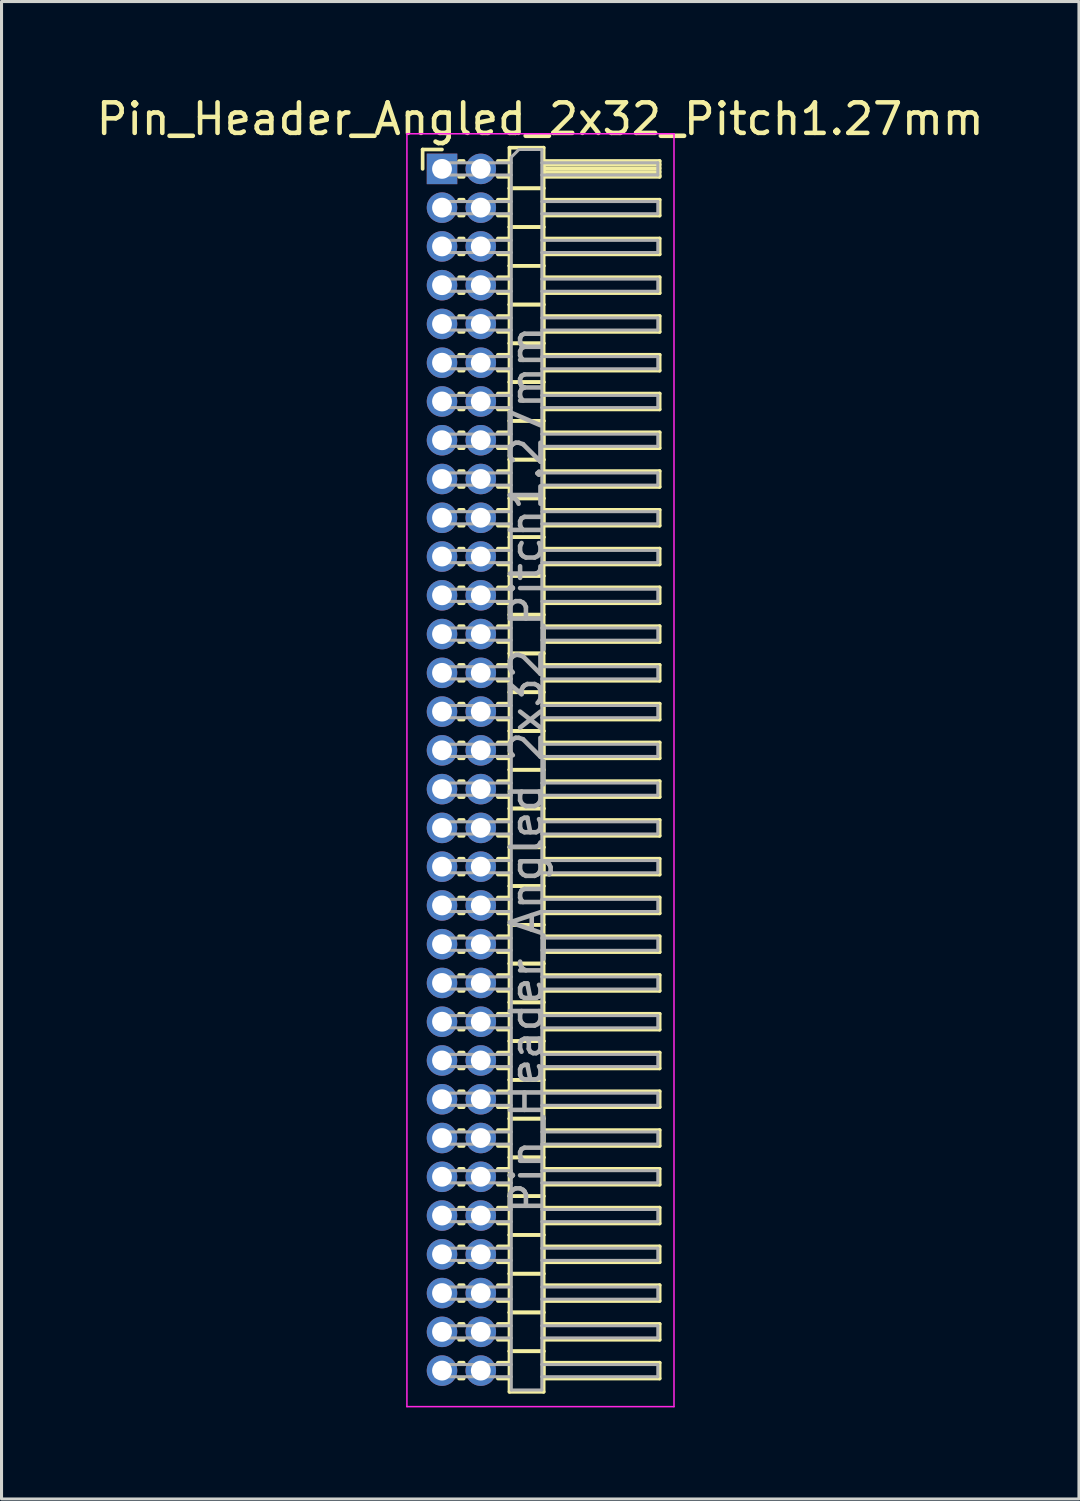
<source format=kicad_pcb>
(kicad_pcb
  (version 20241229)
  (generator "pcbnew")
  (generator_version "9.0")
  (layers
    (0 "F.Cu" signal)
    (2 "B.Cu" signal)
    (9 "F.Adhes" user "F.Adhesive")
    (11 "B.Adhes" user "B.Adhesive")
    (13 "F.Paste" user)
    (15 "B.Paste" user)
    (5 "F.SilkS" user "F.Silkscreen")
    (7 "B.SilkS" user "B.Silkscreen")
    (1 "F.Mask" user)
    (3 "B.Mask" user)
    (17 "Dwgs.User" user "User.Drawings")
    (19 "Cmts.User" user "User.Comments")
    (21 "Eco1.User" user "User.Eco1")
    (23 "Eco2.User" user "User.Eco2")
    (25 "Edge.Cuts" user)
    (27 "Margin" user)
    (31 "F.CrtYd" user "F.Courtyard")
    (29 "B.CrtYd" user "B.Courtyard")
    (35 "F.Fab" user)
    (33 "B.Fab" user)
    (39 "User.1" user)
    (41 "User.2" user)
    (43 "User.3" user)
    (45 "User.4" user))
  (footprint "Pin_Header_Angled_2x32_Pitch1.27mm"
    (layer "F.Cu")
    (at 11.431 2.483)
    (property "Reference" "Pin_Header_Angled_2x32_Pitch1.27mm" (at 3.217 -1.635 0) (layer "F.SilkS") (effects (font (size 1 1) (thickness 0.15))))
    (attr through_hole)
    (fp_line (start -0.635 -0.635) (end 0 -0.635) (stroke (width 0.12) (type solid)) (layer "F.SilkS"))
    (fp_line (start -0.635 0) (end -0.635 -0.635) (stroke (width 0.12) (type solid)) (layer "F.SilkS"))
    (fp_line (start 0.56 -0.26) (end 0.71 -0.26) (stroke (width 0.12) (type solid)) (layer "F.SilkS"))
    (fp_line (start 0.56 0.26) (end 0.71 0.26) (stroke (width 0.12) (type solid)) (layer "F.SilkS"))
    (fp_line (start 0.56 1.01) (end 0.71 1.01) (stroke (width 0.12) (type solid)) (layer "F.SilkS"))
    (fp_line (start 0.56 1.53) (end 0.71 1.53) (stroke (width 0.12) (type solid)) (layer "F.SilkS"))
    (fp_line (start 0.56 2.28) (end 0.71 2.28) (stroke (width 0.12) (type solid)) (layer "F.SilkS"))
    (fp_line (start 0.56 2.8) (end 0.71 2.8) (stroke (width 0.12) (type solid)) (layer "F.SilkS"))
    (fp_line (start 0.56 3.55) (end 0.71 3.55) (stroke (width 0.12) (type solid)) (layer "F.SilkS"))
    (fp_line (start 0.56 4.07) (end 0.71 4.07) (stroke (width 0.12) (type solid)) (layer "F.SilkS"))
    (fp_line (start 0.56 4.82) (end 0.71 4.82) (stroke (width 0.12) (type solid)) (layer "F.SilkS"))
    (fp_line (start 0.56 5.34) (end 0.71 5.34) (stroke (width 0.12) (type solid)) (layer "F.SilkS"))
    (fp_line (start 0.56 6.09) (end 0.71 6.09) (stroke (width 0.12) (type solid)) (layer "F.SilkS"))
    (fp_line (start 0.56 6.61) (end 0.71 6.61) (stroke (width 0.12) (type solid)) (layer "F.SilkS"))
    (fp_line (start 0.56 7.36) (end 0.71 7.36) (stroke (width 0.12) (type solid)) (layer "F.SilkS"))
    (fp_line (start 0.56 7.88) (end 0.71 7.88) (stroke (width 0.12) (type solid)) (layer "F.SilkS"))
    (fp_line (start 0.56 8.63) (end 0.71 8.63) (stroke (width 0.12) (type solid)) (layer "F.SilkS"))
    (fp_line (start 0.56 9.15) (end 0.71 9.15) (stroke (width 0.12) (type solid)) (layer "F.SilkS"))
    (fp_line (start 0.56 9.9) (end 0.71 9.9) (stroke (width 0.12) (type solid)) (layer "F.SilkS"))
    (fp_line (start 0.56 10.42) (end 0.71 10.42) (stroke (width 0.12) (type solid)) (layer "F.SilkS"))
    (fp_line (start 0.56 11.17) (end 0.71 11.17) (stroke (width 0.12) (type solid)) (layer "F.SilkS"))
    (fp_line (start 0.56 11.69) (end 0.71 11.69) (stroke (width 0.12) (type solid)) (layer "F.SilkS"))
    (fp_line (start 0.56 12.44) (end 0.71 12.44) (stroke (width 0.12) (type solid)) (layer "F.SilkS"))
    (fp_line (start 0.56 12.96) (end 0.71 12.96) (stroke (width 0.12) (type solid)) (layer "F.SilkS"))
    (fp_line (start 0.56 13.71) (end 0.71 13.71) (stroke (width 0.12) (type solid)) (layer "F.SilkS"))
    (fp_line (start 0.56 14.23) (end 0.71 14.23) (stroke (width 0.12) (type solid)) (layer "F.SilkS"))
    (fp_line (start 0.56 14.98) (end 0.71 14.98) (stroke (width 0.12) (type solid)) (layer "F.SilkS"))
    (fp_line (start 0.56 15.5) (end 0.71 15.5) (stroke (width 0.12) (type solid)) (layer "F.SilkS"))
    (fp_line (start 0.56 16.25) (end 0.71 16.25) (stroke (width 0.12) (type solid)) (layer "F.SilkS"))
    (fp_line (start 0.56 16.77) (end 0.71 16.77) (stroke (width 0.12) (type solid)) (layer "F.SilkS"))
    (fp_line (start 0.56 17.52) (end 0.71 17.52) (stroke (width 0.12) (type solid)) (layer "F.SilkS"))
    (fp_line (start 0.56 18.04) (end 0.71 18.04) (stroke (width 0.12) (type solid)) (layer "F.SilkS"))
    (fp_line (start 0.56 18.79) (end 0.71 18.79) (stroke (width 0.12) (type solid)) (layer "F.SilkS"))
    (fp_line (start 0.56 19.31) (end 0.71 19.31) (stroke (width 0.12) (type solid)) (layer "F.SilkS"))
    (fp_line (start 0.56 20.06) (end 0.71 20.06) (stroke (width 0.12) (type solid)) (layer "F.SilkS"))
    (fp_line (start 0.56 20.58) (end 0.71 20.58) (stroke (width 0.12) (type solid)) (layer "F.SilkS"))
    (fp_line (start 0.56 21.33) (end 0.71 21.33) (stroke (width 0.12) (type solid)) (layer "F.SilkS"))
    (fp_line (start 0.56 21.85) (end 0.71 21.85) (stroke (width 0.12) (type solid)) (layer "F.SilkS"))
    (fp_line (start 0.56 22.6) (end 0.71 22.6) (stroke (width 0.12) (type solid)) (layer "F.SilkS"))
    (fp_line (start 0.56 23.12) (end 0.71 23.12) (stroke (width 0.12) (type solid)) (layer "F.SilkS"))
    (fp_line (start 0.56 23.87) (end 0.71 23.87) (stroke (width 0.12) (type solid)) (layer "F.SilkS"))
    (fp_line (start 0.56 24.39) (end 0.71 24.39) (stroke (width 0.12) (type solid)) (layer "F.SilkS"))
    (fp_line (start 0.56 25.14) (end 0.71 25.14) (stroke (width 0.12) (type solid)) (layer "F.SilkS"))
    (fp_line (start 0.56 25.66) (end 0.71 25.66) (stroke (width 0.12) (type solid)) (layer "F.SilkS"))
    (fp_line (start 0.56 26.41) (end 0.71 26.41) (stroke (width 0.12) (type solid)) (layer "F.SilkS"))
    (fp_line (start 0.56 26.93) (end 0.71 26.93) (stroke (width 0.12) (type solid)) (layer "F.SilkS"))
    (fp_line (start 0.56 27.68) (end 0.71 27.68) (stroke (width 0.12) (type solid)) (layer "F.SilkS"))
    (fp_line (start 0.56 28.2) (end 0.71 28.2) (stroke (width 0.12) (type solid)) (layer "F.SilkS"))
    (fp_line (start 0.56 28.95) (end 0.71 28.95) (stroke (width 0.12) (type solid)) (layer "F.SilkS"))
    (fp_line (start 0.56 29.47) (end 0.71 29.47) (stroke (width 0.12) (type solid)) (layer "F.SilkS"))
    (fp_line (start 0.56 30.22) (end 0.71 30.22) (stroke (width 0.12) (type solid)) (layer "F.SilkS"))
    (fp_line (start 0.56 30.74) (end 0.71 30.74) (stroke (width 0.12) (type solid)) (layer "F.SilkS"))
    (fp_line (start 0.56 31.49) (end 0.71 31.49) (stroke (width 0.12) (type solid)) (layer "F.SilkS"))
    (fp_line (start 0.56 32.01) (end 0.71 32.01) (stroke (width 0.12) (type solid)) (layer "F.SilkS"))
    (fp_line (start 0.56 32.76) (end 0.71 32.76) (stroke (width 0.12) (type solid)) (layer "F.SilkS"))
    (fp_line (start 0.56 33.28) (end 0.71 33.28) (stroke (width 0.12) (type solid)) (layer "F.SilkS"))
    (fp_line (start 0.56 34.03) (end 0.71 34.03) (stroke (width 0.12) (type solid)) (layer "F.SilkS"))
    (fp_line (start 0.56 34.55) (end 0.71 34.55) (stroke (width 0.12) (type solid)) (layer "F.SilkS"))
    (fp_line (start 0.56 35.3) (end 0.71 35.3) (stroke (width 0.12) (type solid)) (layer "F.SilkS"))
    (fp_line (start 0.56 35.82) (end 0.71 35.82) (stroke (width 0.12) (type solid)) (layer "F.SilkS"))
    (fp_line (start 0.56 36.57) (end 0.71 36.57) (stroke (width 0.12) (type solid)) (layer "F.SilkS"))
    (fp_line (start 0.56 37.09) (end 0.71 37.09) (stroke (width 0.12) (type solid)) (layer "F.SilkS"))
    (fp_line (start 0.56 37.84) (end 0.71 37.84) (stroke (width 0.12) (type solid)) (layer "F.SilkS"))
    (fp_line (start 0.56 38.36) (end 0.71 38.36) (stroke (width 0.12) (type solid)) (layer "F.SilkS"))
    (fp_line (start 0.56 39.11) (end 0.71 39.11) (stroke (width 0.12) (type solid)) (layer "F.SilkS"))
    (fp_line (start 0.56 39.63) (end 0.71 39.63) (stroke (width 0.12) (type solid)) (layer "F.SilkS"))
    (fp_line (start 1.83 -0.26) (end 2.21 -0.26) (stroke (width 0.12) (type solid)) (layer "F.SilkS"))
    (fp_line (start 1.83 0.26) (end 2.21 0.26) (stroke (width 0.12) (type solid)) (layer "F.SilkS"))
    (fp_line (start 1.83 1.01) (end 2.21 1.01) (stroke (width 0.12) (type solid)) (layer "F.SilkS"))
    (fp_line (start 1.83 1.53) (end 2.21 1.53) (stroke (width 0.12) (type solid)) (layer "F.SilkS"))
    (fp_line (start 1.83 2.28) (end 2.21 2.28) (stroke (width 0.12) (type solid)) (layer "F.SilkS"))
    (fp_line (start 1.83 2.8) (end 2.21 2.8) (stroke (width 0.12) (type solid)) (layer "F.SilkS"))
    (fp_line (start 1.83 3.55) (end 2.21 3.55) (stroke (width 0.12) (type solid)) (layer "F.SilkS"))
    (fp_line (start 1.83 4.07) (end 2.21 4.07) (stroke (width 0.12) (type solid)) (layer "F.SilkS"))
    (fp_line (start 1.83 4.82) (end 2.21 4.82) (stroke (width 0.12) (type solid)) (layer "F.SilkS"))
    (fp_line (start 1.83 5.34) (end 2.21 5.34) (stroke (width 0.12) (type solid)) (layer "F.SilkS"))
    (fp_line (start 1.83 6.09) (end 2.21 6.09) (stroke (width 0.12) (type solid)) (layer "F.SilkS"))
    (fp_line (start 1.83 6.61) (end 2.21 6.61) (stroke (width 0.12) (type solid)) (layer "F.SilkS"))
    (fp_line (start 1.83 7.36) (end 2.21 7.36) (stroke (width 0.12) (type solid)) (layer "F.SilkS"))
    (fp_line (start 1.83 7.88) (end 2.21 7.88) (stroke (width 0.12) (type solid)) (layer "F.SilkS"))
    (fp_line (start 1.83 8.63) (end 2.21 8.63) (stroke (width 0.12) (type solid)) (layer "F.SilkS"))
    (fp_line (start 1.83 9.15) (end 2.21 9.15) (stroke (width 0.12) (type solid)) (layer "F.SilkS"))
    (fp_line (start 1.83 9.9) (end 2.21 9.9) (stroke (width 0.12) (type solid)) (layer "F.SilkS"))
    (fp_line (start 1.83 10.42) (end 2.21 10.42) (stroke (width 0.12) (type solid)) (layer "F.SilkS"))
    (fp_line (start 1.83 11.17) (end 2.21 11.17) (stroke (width 0.12) (type solid)) (layer "F.SilkS"))
    (fp_line (start 1.83 11.69) (end 2.21 11.69) (stroke (width 0.12) (type solid)) (layer "F.SilkS"))
    (fp_line (start 1.83 12.44) (end 2.21 12.44) (stroke (width 0.12) (type solid)) (layer "F.SilkS"))
    (fp_line (start 1.83 12.96) (end 2.21 12.96) (stroke (width 0.12) (type solid)) (layer "F.SilkS"))
    (fp_line (start 1.83 13.71) (end 2.21 13.71) (stroke (width 0.12) (type solid)) (layer "F.SilkS"))
    (fp_line (start 1.83 14.23) (end 2.21 14.23) (stroke (width 0.12) (type solid)) (layer "F.SilkS"))
    (fp_line (start 1.83 14.98) (end 2.21 14.98) (stroke (width 0.12) (type solid)) (layer "F.SilkS"))
    (fp_line (start 1.83 15.5) (end 2.21 15.5) (stroke (width 0.12) (type solid)) (layer "F.SilkS"))
    (fp_line (start 1.83 16.25) (end 2.21 16.25) (stroke (width 0.12) (type solid)) (layer "F.SilkS"))
    (fp_line (start 1.83 16.77) (end 2.21 16.77) (stroke (width 0.12) (type solid)) (layer "F.SilkS"))
    (fp_line (start 1.83 17.52) (end 2.21 17.52) (stroke (width 0.12) (type solid)) (layer "F.SilkS"))
    (fp_line (start 1.83 18.04) (end 2.21 18.04) (stroke (width 0.12) (type solid)) (layer "F.SilkS"))
    (fp_line (start 1.83 18.79) (end 2.21 18.79) (stroke (width 0.12) (type solid)) (layer "F.SilkS"))
    (fp_line (start 1.83 19.31) (end 2.21 19.31) (stroke (width 0.12) (type solid)) (layer "F.SilkS"))
    (fp_line (start 1.83 20.06) (end 2.21 20.06) (stroke (width 0.12) (type solid)) (layer "F.SilkS"))
    (fp_line (start 1.83 20.58) (end 2.21 20.58) (stroke (width 0.12) (type solid)) (layer "F.SilkS"))
    (fp_line (start 1.83 21.33) (end 2.21 21.33) (stroke (width 0.12) (type solid)) (layer "F.SilkS"))
    (fp_line (start 1.83 21.85) (end 2.21 21.85) (stroke (width 0.12) (type solid)) (layer "F.SilkS"))
    (fp_line (start 1.83 22.6) (end 2.21 22.6) (stroke (width 0.12) (type solid)) (layer "F.SilkS"))
    (fp_line (start 1.83 23.12) (end 2.21 23.12) (stroke (width 0.12) (type solid)) (layer "F.SilkS"))
    (fp_line (start 1.83 23.87) (end 2.21 23.87) (stroke (width 0.12) (type solid)) (layer "F.SilkS"))
    (fp_line (start 1.83 24.39) (end 2.21 24.39) (stroke (width 0.12) (type solid)) (layer "F.SilkS"))
    (fp_line (start 1.83 25.14) (end 2.21 25.14) (stroke (width 0.12) (type solid)) (layer "F.SilkS"))
    (fp_line (start 1.83 25.66) (end 2.21 25.66) (stroke (width 0.12) (type solid)) (layer "F.SilkS"))
    (fp_line (start 1.83 26.41) (end 2.21 26.41) (stroke (width 0.12) (type solid)) (layer "F.SilkS"))
    (fp_line (start 1.83 26.93) (end 2.21 26.93) (stroke (width 0.12) (type solid)) (layer "F.SilkS"))
    (fp_line (start 1.83 27.68) (end 2.21 27.68) (stroke (width 0.12) (type solid)) (layer "F.SilkS"))
    (fp_line (start 1.83 28.2) (end 2.21 28.2) (stroke (width 0.12) (type solid)) (layer "F.SilkS"))
    (fp_line (start 1.83 28.95) (end 2.21 28.95) (stroke (width 0.12) (type solid)) (layer "F.SilkS"))
    (fp_line (start 1.83 29.47) (end 2.21 29.47) (stroke (width 0.12) (type solid)) (layer "F.SilkS"))
    (fp_line (start 1.83 30.22) (end 2.21 30.22) (stroke (width 0.12) (type solid)) (layer "F.SilkS"))
    (fp_line (start 1.83 30.74) (end 2.21 30.74) (stroke (width 0.12) (type solid)) (layer "F.SilkS"))
    (fp_line (start 1.83 31.49) (end 2.21 31.49) (stroke (width 0.12) (type solid)) (layer "F.SilkS"))
    (fp_line (start 1.83 32.01) (end 2.21 32.01) (stroke (width 0.12) (type solid)) (layer "F.SilkS"))
    (fp_line (start 1.83 32.76) (end 2.21 32.76) (stroke (width 0.12) (type solid)) (layer "F.SilkS"))
    (fp_line (start 1.83 33.28) (end 2.21 33.28) (stroke (width 0.12) (type solid)) (layer "F.SilkS"))
    (fp_line (start 1.83 34.03) (end 2.21 34.03) (stroke (width 0.12) (type solid)) (layer "F.SilkS"))
    (fp_line (start 1.83 34.55) (end 2.21 34.55) (stroke (width 0.12) (type solid)) (layer "F.SilkS"))
    (fp_line (start 1.83 35.3) (end 2.21 35.3) (stroke (width 0.12) (type solid)) (layer "F.SilkS"))
    (fp_line (start 1.83 35.82) (end 2.21 35.82) (stroke (width 0.12) (type solid)) (layer "F.SilkS"))
    (fp_line (start 1.83 36.57) (end 2.21 36.57) (stroke (width 0.12) (type solid)) (layer "F.SilkS"))
    (fp_line (start 1.83 37.09) (end 2.21 37.09) (stroke (width 0.12) (type solid)) (layer "F.SilkS"))
    (fp_line (start 1.83 37.84) (end 2.21 37.84) (stroke (width 0.12) (type solid)) (layer "F.SilkS"))
    (fp_line (start 1.83 38.36) (end 2.21 38.36) (stroke (width 0.12) (type solid)) (layer "F.SilkS"))
    (fp_line (start 1.83 39.11) (end 2.21 39.11) (stroke (width 0.12) (type solid)) (layer "F.SilkS"))
    (fp_line (start 1.83 39.63) (end 2.21 39.63) (stroke (width 0.12) (type solid)) (layer "F.SilkS"))
    (fp_line (start 2.21 -0.695) (end 2.21 0.635) (stroke (width 0.12) (type solid)) (layer "F.SilkS"))
    (fp_line (start 2.21 0.635) (end 2.21 1.905) (stroke (width 0.12) (type solid)) (layer "F.SilkS"))
    (fp_line (start 2.21 0.635) (end 3.33 0.635) (stroke (width 0.12) (type solid)) (layer "F.SilkS"))
    (fp_line (start 2.21 1.905) (end 2.21 3.175) (stroke (width 0.12) (type solid)) (layer "F.SilkS"))
    (fp_line (start 2.21 1.905) (end 3.33 1.905) (stroke (width 0.12) (type solid)) (layer "F.SilkS"))
    (fp_line (start 2.21 3.175) (end 2.21 4.445) (stroke (width 0.12) (type solid)) (layer "F.SilkS"))
    (fp_line (start 2.21 3.175) (end 3.33 3.175) (stroke (width 0.12) (type solid)) (layer "F.SilkS"))
    (fp_line (start 2.21 4.445) (end 2.21 5.715) (stroke (width 0.12) (type solid)) (layer "F.SilkS"))
    (fp_line (start 2.21 4.445) (end 3.33 4.445) (stroke (width 0.12) (type solid)) (layer "F.SilkS"))
    (fp_line (start 2.21 5.715) (end 2.21 6.985) (stroke (width 0.12) (type solid)) (layer "F.SilkS"))
    (fp_line (start 2.21 5.715) (end 3.33 5.715) (stroke (width 0.12) (type solid)) (layer "F.SilkS"))
    (fp_line (start 2.21 6.985) (end 2.21 8.255) (stroke (width 0.12) (type solid)) (layer "F.SilkS"))
    (fp_line (start 2.21 6.985) (end 3.33 6.985) (stroke (width 0.12) (type solid)) (layer "F.SilkS"))
    (fp_line (start 2.21 8.255) (end 2.21 9.525) (stroke (width 0.12) (type solid)) (layer "F.SilkS"))
    (fp_line (start 2.21 8.255) (end 3.33 8.255) (stroke (width 0.12) (type solid)) (layer "F.SilkS"))
    (fp_line (start 2.21 9.525) (end 2.21 10.795) (stroke (width 0.12) (type solid)) (layer "F.SilkS"))
    (fp_line (start 2.21 9.525) (end 3.33 9.525) (stroke (width 0.12) (type solid)) (layer "F.SilkS"))
    (fp_line (start 2.21 10.795) (end 2.21 12.065) (stroke (width 0.12) (type solid)) (layer "F.SilkS"))
    (fp_line (start 2.21 10.795) (end 3.33 10.795) (stroke (width 0.12) (type solid)) (layer "F.SilkS"))
    (fp_line (start 2.21 12.065) (end 2.21 13.335) (stroke (width 0.12) (type solid)) (layer "F.SilkS"))
    (fp_line (start 2.21 12.065) (end 3.33 12.065) (stroke (width 0.12) (type solid)) (layer "F.SilkS"))
    (fp_line (start 2.21 13.335) (end 2.21 14.605) (stroke (width 0.12) (type solid)) (layer "F.SilkS"))
    (fp_line (start 2.21 13.335) (end 3.33 13.335) (stroke (width 0.12) (type solid)) (layer "F.SilkS"))
    (fp_line (start 2.21 14.605) (end 2.21 15.875) (stroke (width 0.12) (type solid)) (layer "F.SilkS"))
    (fp_line (start 2.21 14.605) (end 3.33 14.605) (stroke (width 0.12) (type solid)) (layer "F.SilkS"))
    (fp_line (start 2.21 15.875) (end 2.21 17.145) (stroke (width 0.12) (type solid)) (layer "F.SilkS"))
    (fp_line (start 2.21 15.875) (end 3.33 15.875) (stroke (width 0.12) (type solid)) (layer "F.SilkS"))
    (fp_line (start 2.21 17.145) (end 2.21 18.415) (stroke (width 0.12) (type solid)) (layer "F.SilkS"))
    (fp_line (start 2.21 17.145) (end 3.33 17.145) (stroke (width 0.12) (type solid)) (layer "F.SilkS"))
    (fp_line (start 2.21 18.415) (end 2.21 19.685) (stroke (width 0.12) (type solid)) (layer "F.SilkS"))
    (fp_line (start 2.21 18.415) (end 3.33 18.415) (stroke (width 0.12) (type solid)) (layer "F.SilkS"))
    (fp_line (start 2.21 19.685) (end 2.21 20.955) (stroke (width 0.12) (type solid)) (layer "F.SilkS"))
    (fp_line (start 2.21 19.685) (end 3.33 19.685) (stroke (width 0.12) (type solid)) (layer "F.SilkS"))
    (fp_line (start 2.21 20.955) (end 2.21 22.225) (stroke (width 0.12) (type solid)) (layer "F.SilkS"))
    (fp_line (start 2.21 20.955) (end 3.33 20.955) (stroke (width 0.12) (type solid)) (layer "F.SilkS"))
    (fp_line (start 2.21 22.225) (end 2.21 23.495) (stroke (width 0.12) (type solid)) (layer "F.SilkS"))
    (fp_line (start 2.21 22.225) (end 3.33 22.225) (stroke (width 0.12) (type solid)) (layer "F.SilkS"))
    (fp_line (start 2.21 23.495) (end 2.21 24.765) (stroke (width 0.12) (type solid)) (layer "F.SilkS"))
    (fp_line (start 2.21 23.495) (end 3.33 23.495) (stroke (width 0.12) (type solid)) (layer "F.SilkS"))
    (fp_line (start 2.21 24.765) (end 2.21 26.035) (stroke (width 0.12) (type solid)) (layer "F.SilkS"))
    (fp_line (start 2.21 24.765) (end 3.33 24.765) (stroke (width 0.12) (type solid)) (layer "F.SilkS"))
    (fp_line (start 2.21 26.035) (end 2.21 27.305) (stroke (width 0.12) (type solid)) (layer "F.SilkS"))
    (fp_line (start 2.21 26.035) (end 3.33 26.035) (stroke (width 0.12) (type solid)) (layer "F.SilkS"))
    (fp_line (start 2.21 27.305) (end 2.21 28.575) (stroke (width 0.12) (type solid)) (layer "F.SilkS"))
    (fp_line (start 2.21 27.305) (end 3.33 27.305) (stroke (width 0.12) (type solid)) (layer "F.SilkS"))
    (fp_line (start 2.21 28.575) (end 2.21 29.845) (stroke (width 0.12) (type solid)) (layer "F.SilkS"))
    (fp_line (start 2.21 28.575) (end 3.33 28.575) (stroke (width 0.12) (type solid)) (layer "F.SilkS"))
    (fp_line (start 2.21 29.845) (end 2.21 31.115) (stroke (width 0.12) (type solid)) (layer "F.SilkS"))
    (fp_line (start 2.21 29.845) (end 3.33 29.845) (stroke (width 0.12) (type solid)) (layer "F.SilkS"))
    (fp_line (start 2.21 31.115) (end 2.21 32.385) (stroke (width 0.12) (type solid)) (layer "F.SilkS"))
    (fp_line (start 2.21 31.115) (end 3.33 31.115) (stroke (width 0.12) (type solid)) (layer "F.SilkS"))
    (fp_line (start 2.21 32.385) (end 2.21 33.655) (stroke (width 0.12) (type solid)) (layer "F.SilkS"))
    (fp_line (start 2.21 32.385) (end 3.33 32.385) (stroke (width 0.12) (type solid)) (layer "F.SilkS"))
    (fp_line (start 2.21 33.655) (end 2.21 34.925) (stroke (width 0.12) (type solid)) (layer "F.SilkS"))
    (fp_line (start 2.21 33.655) (end 3.33 33.655) (stroke (width 0.12) (type solid)) (layer "F.SilkS"))
    (fp_line (start 2.21 34.925) (end 2.21 36.195) (stroke (width 0.12) (type solid)) (layer "F.SilkS"))
    (fp_line (start 2.21 34.925) (end 3.33 34.925) (stroke (width 0.12) (type solid)) (layer "F.SilkS"))
    (fp_line (start 2.21 36.195) (end 2.21 37.465) (stroke (width 0.12) (type solid)) (layer "F.SilkS"))
    (fp_line (start 2.21 36.195) (end 3.33 36.195) (stroke (width 0.12) (type solid)) (layer "F.SilkS"))
    (fp_line (start 2.21 37.465) (end 2.21 38.735) (stroke (width 0.12) (type solid)) (layer "F.SilkS"))
    (fp_line (start 2.21 37.465) (end 3.33 37.465) (stroke (width 0.12) (type solid)) (layer "F.SilkS"))
    (fp_line (start 2.21 38.735) (end 2.21 40.065) (stroke (width 0.12) (type solid)) (layer "F.SilkS"))
    (fp_line (start 2.21 38.735) (end 3.33 38.735) (stroke (width 0.12) (type solid)) (layer "F.SilkS"))
    (fp_line (start 2.21 40.065) (end 3.33 40.065) (stroke (width 0.12) (type solid)) (layer "F.SilkS"))
    (fp_line (start 3.33 -0.695) (end 2.21 -0.695) (stroke (width 0.12) (type solid)) (layer "F.SilkS"))
    (fp_line (start 3.33 -0.26) (end 3.33 0.26) (stroke (width 0.12) (type solid)) (layer "F.SilkS"))
    (fp_line (start 3.33 -0.14) (end 7.13 -0.14) (stroke (width 0.12) (type solid)) (layer "F.SilkS"))
    (fp_line (start 3.33 -0.02) (end 7.13 -0.02) (stroke (width 0.12) (type solid)) (layer "F.SilkS"))
    (fp_line (start 3.33 0.1) (end 7.13 0.1) (stroke (width 0.12) (type solid)) (layer "F.SilkS"))
    (fp_line (start 3.33 0.22) (end 7.13 0.22) (stroke (width 0.12) (type solid)) (layer "F.SilkS"))
    (fp_line (start 3.33 0.26) (end 7.13 0.26) (stroke (width 0.12) (type solid)) (layer "F.SilkS"))
    (fp_line (start 3.33 0.635) (end 2.21 0.635) (stroke (width 0.12) (type solid)) (layer "F.SilkS"))
    (fp_line (start 3.33 0.635) (end 3.33 -0.695) (stroke (width 0.12) (type solid)) (layer "F.SilkS"))
    (fp_line (start 3.33 1.01) (end 3.33 1.53) (stroke (width 0.12) (type solid)) (layer "F.SilkS"))
    (fp_line (start 3.33 1.53) (end 7.13 1.53) (stroke (width 0.12) (type solid)) (layer "F.SilkS"))
    (fp_line (start 3.33 1.905) (end 2.21 1.905) (stroke (width 0.12) (type solid)) (layer "F.SilkS"))
    (fp_line (start 3.33 1.905) (end 3.33 0.635) (stroke (width 0.12) (type solid)) (layer "F.SilkS"))
    (fp_line (start 3.33 2.28) (end 3.33 2.8) (stroke (width 0.12) (type solid)) (layer "F.SilkS"))
    (fp_line (start 3.33 2.8) (end 7.13 2.8) (stroke (width 0.12) (type solid)) (layer "F.SilkS"))
    (fp_line (start 3.33 3.175) (end 2.21 3.175) (stroke (width 0.12) (type solid)) (layer "F.SilkS"))
    (fp_line (start 3.33 3.175) (end 3.33 1.905) (stroke (width 0.12) (type solid)) (layer "F.SilkS"))
    (fp_line (start 3.33 3.55) (end 3.33 4.07) (stroke (width 0.12) (type solid)) (layer "F.SilkS"))
    (fp_line (start 3.33 4.07) (end 7.13 4.07) (stroke (width 0.12) (type solid)) (layer "F.SilkS"))
    (fp_line (start 3.33 4.445) (end 2.21 4.445) (stroke (width 0.12) (type solid)) (layer "F.SilkS"))
    (fp_line (start 3.33 4.445) (end 3.33 3.175) (stroke (width 0.12) (type solid)) (layer "F.SilkS"))
    (fp_line (start 3.33 4.82) (end 3.33 5.34) (stroke (width 0.12) (type solid)) (layer "F.SilkS"))
    (fp_line (start 3.33 5.34) (end 7.13 5.34) (stroke (width 0.12) (type solid)) (layer "F.SilkS"))
    (fp_line (start 3.33 5.715) (end 2.21 5.715) (stroke (width 0.12) (type solid)) (layer "F.SilkS"))
    (fp_line (start 3.33 5.715) (end 3.33 4.445) (stroke (width 0.12) (type solid)) (layer "F.SilkS"))
    (fp_line (start 3.33 6.09) (end 3.33 6.61) (stroke (width 0.12) (type solid)) (layer "F.SilkS"))
    (fp_line (start 3.33 6.61) (end 7.13 6.61) (stroke (width 0.12) (type solid)) (layer "F.SilkS"))
    (fp_line (start 3.33 6.985) (end 2.21 6.985) (stroke (width 0.12) (type solid)) (layer "F.SilkS"))
    (fp_line (start 3.33 6.985) (end 3.33 5.715) (stroke (width 0.12) (type solid)) (layer "F.SilkS"))
    (fp_line (start 3.33 7.36) (end 3.33 7.88) (stroke (width 0.12) (type solid)) (layer "F.SilkS"))
    (fp_line (start 3.33 7.88) (end 7.13 7.88) (stroke (width 0.12) (type solid)) (layer "F.SilkS"))
    (fp_line (start 3.33 8.255) (end 2.21 8.255) (stroke (width 0.12) (type solid)) (layer "F.SilkS"))
    (fp_line (start 3.33 8.255) (end 3.33 6.985) (stroke (width 0.12) (type solid)) (layer "F.SilkS"))
    (fp_line (start 3.33 8.63) (end 3.33 9.15) (stroke (width 0.12) (type solid)) (layer "F.SilkS"))
    (fp_line (start 3.33 9.15) (end 7.13 9.15) (stroke (width 0.12) (type solid)) (layer "F.SilkS"))
    (fp_line (start 3.33 9.525) (end 2.21 9.525) (stroke (width 0.12) (type solid)) (layer "F.SilkS"))
    (fp_line (start 3.33 9.525) (end 3.33 8.255) (stroke (width 0.12) (type solid)) (layer "F.SilkS"))
    (fp_line (start 3.33 9.9) (end 3.33 10.42) (stroke (width 0.12) (type solid)) (layer "F.SilkS"))
    (fp_line (start 3.33 10.42) (end 7.13 10.42) (stroke (width 0.12) (type solid)) (layer "F.SilkS"))
    (fp_line (start 3.33 10.795) (end 2.21 10.795) (stroke (width 0.12) (type solid)) (layer "F.SilkS"))
    (fp_line (start 3.33 10.795) (end 3.33 9.525) (stroke (width 0.12) (type solid)) (layer "F.SilkS"))
    (fp_line (start 3.33 11.17) (end 3.33 11.69) (stroke (width 0.12) (type solid)) (layer "F.SilkS"))
    (fp_line (start 3.33 11.69) (end 7.13 11.69) (stroke (width 0.12) (type solid)) (layer "F.SilkS"))
    (fp_line (start 3.33 12.065) (end 2.21 12.065) (stroke (width 0.12) (type solid)) (layer "F.SilkS"))
    (fp_line (start 3.33 12.065) (end 3.33 10.795) (stroke (width 0.12) (type solid)) (layer "F.SilkS"))
    (fp_line (start 3.33 12.44) (end 3.33 12.96) (stroke (width 0.12) (type solid)) (layer "F.SilkS"))
    (fp_line (start 3.33 12.96) (end 7.13 12.96) (stroke (width 0.12) (type solid)) (layer "F.SilkS"))
    (fp_line (start 3.33 13.335) (end 2.21 13.335) (stroke (width 0.12) (type solid)) (layer "F.SilkS"))
    (fp_line (start 3.33 13.335) (end 3.33 12.065) (stroke (width 0.12) (type solid)) (layer "F.SilkS"))
    (fp_line (start 3.33 13.71) (end 3.33 14.23) (stroke (width 0.12) (type solid)) (layer "F.SilkS"))
    (fp_line (start 3.33 14.23) (end 7.13 14.23) (stroke (width 0.12) (type solid)) (layer "F.SilkS"))
    (fp_line (start 3.33 14.605) (end 2.21 14.605) (stroke (width 0.12) (type solid)) (layer "F.SilkS"))
    (fp_line (start 3.33 14.605) (end 3.33 13.335) (stroke (width 0.12) (type solid)) (layer "F.SilkS"))
    (fp_line (start 3.33 14.98) (end 3.33 15.5) (stroke (width 0.12) (type solid)) (layer "F.SilkS"))
    (fp_line (start 3.33 15.5) (end 7.13 15.5) (stroke (width 0.12) (type solid)) (layer "F.SilkS"))
    (fp_line (start 3.33 15.875) (end 2.21 15.875) (stroke (width 0.12) (type solid)) (layer "F.SilkS"))
    (fp_line (start 3.33 15.875) (end 3.33 14.605) (stroke (width 0.12) (type solid)) (layer "F.SilkS"))
    (fp_line (start 3.33 16.25) (end 3.33 16.77) (stroke (width 0.12) (type solid)) (layer "F.SilkS"))
    (fp_line (start 3.33 16.77) (end 7.13 16.77) (stroke (width 0.12) (type solid)) (layer "F.SilkS"))
    (fp_line (start 3.33 17.145) (end 2.21 17.145) (stroke (width 0.12) (type solid)) (layer "F.SilkS"))
    (fp_line (start 3.33 17.145) (end 3.33 15.875) (stroke (width 0.12) (type solid)) (layer "F.SilkS"))
    (fp_line (start 3.33 17.52) (end 3.33 18.04) (stroke (width 0.12) (type solid)) (layer "F.SilkS"))
    (fp_line (start 3.33 18.04) (end 7.13 18.04) (stroke (width 0.12) (type solid)) (layer "F.SilkS"))
    (fp_line (start 3.33 18.415) (end 2.21 18.415) (stroke (width 0.12) (type solid)) (layer "F.SilkS"))
    (fp_line (start 3.33 18.415) (end 3.33 17.145) (stroke (width 0.12) (type solid)) (layer "F.SilkS"))
    (fp_line (start 3.33 18.79) (end 3.33 19.31) (stroke (width 0.12) (type solid)) (layer "F.SilkS"))
    (fp_line (start 3.33 19.31) (end 7.13 19.31) (stroke (width 0.12) (type solid)) (layer "F.SilkS"))
    (fp_line (start 3.33 19.685) (end 2.21 19.685) (stroke (width 0.12) (type solid)) (layer "F.SilkS"))
    (fp_line (start 3.33 19.685) (end 3.33 18.415) (stroke (width 0.12) (type solid)) (layer "F.SilkS"))
    (fp_line (start 3.33 20.06) (end 3.33 20.58) (stroke (width 0.12) (type solid)) (layer "F.SilkS"))
    (fp_line (start 3.33 20.58) (end 7.13 20.58) (stroke (width 0.12) (type solid)) (layer "F.SilkS"))
    (fp_line (start 3.33 20.955) (end 2.21 20.955) (stroke (width 0.12) (type solid)) (layer "F.SilkS"))
    (fp_line (start 3.33 20.955) (end 3.33 19.685) (stroke (width 0.12) (type solid)) (layer "F.SilkS"))
    (fp_line (start 3.33 21.33) (end 3.33 21.85) (stroke (width 0.12) (type solid)) (layer "F.SilkS"))
    (fp_line (start 3.33 21.85) (end 7.13 21.85) (stroke (width 0.12) (type solid)) (layer "F.SilkS"))
    (fp_line (start 3.33 22.225) (end 2.21 22.225) (stroke (width 0.12) (type solid)) (layer "F.SilkS"))
    (fp_line (start 3.33 22.225) (end 3.33 20.955) (stroke (width 0.12) (type solid)) (layer "F.SilkS"))
    (fp_line (start 3.33 22.6) (end 3.33 23.12) (stroke (width 0.12) (type solid)) (layer "F.SilkS"))
    (fp_line (start 3.33 23.12) (end 7.13 23.12) (stroke (width 0.12) (type solid)) (layer "F.SilkS"))
    (fp_line (start 3.33 23.495) (end 2.21 23.495) (stroke (width 0.12) (type solid)) (layer "F.SilkS"))
    (fp_line (start 3.33 23.495) (end 3.33 22.225) (stroke (width 0.12) (type solid)) (layer "F.SilkS"))
    (fp_line (start 3.33 23.87) (end 3.33 24.39) (stroke (width 0.12) (type solid)) (layer "F.SilkS"))
    (fp_line (start 3.33 24.39) (end 7.13 24.39) (stroke (width 0.12) (type solid)) (layer "F.SilkS"))
    (fp_line (start 3.33 24.765) (end 2.21 24.765) (stroke (width 0.12) (type solid)) (layer "F.SilkS"))
    (fp_line (start 3.33 24.765) (end 3.33 23.495) (stroke (width 0.12) (type solid)) (layer "F.SilkS"))
    (fp_line (start 3.33 25.14) (end 3.33 25.66) (stroke (width 0.12) (type solid)) (layer "F.SilkS"))
    (fp_line (start 3.33 25.66) (end 7.13 25.66) (stroke (width 0.12) (type solid)) (layer "F.SilkS"))
    (fp_line (start 3.33 26.035) (end 2.21 26.035) (stroke (width 0.12) (type solid)) (layer "F.SilkS"))
    (fp_line (start 3.33 26.035) (end 3.33 24.765) (stroke (width 0.12) (type solid)) (layer "F.SilkS"))
    (fp_line (start 3.33 26.41) (end 3.33 26.93) (stroke (width 0.12) (type solid)) (layer "F.SilkS"))
    (fp_line (start 3.33 26.93) (end 7.13 26.93) (stroke (width 0.12) (type solid)) (layer "F.SilkS"))
    (fp_line (start 3.33 27.305) (end 2.21 27.305) (stroke (width 0.12) (type solid)) (layer "F.SilkS"))
    (fp_line (start 3.33 27.305) (end 3.33 26.035) (stroke (width 0.12) (type solid)) (layer "F.SilkS"))
    (fp_line (start 3.33 27.68) (end 3.33 28.2) (stroke (width 0.12) (type solid)) (layer "F.SilkS"))
    (fp_line (start 3.33 28.2) (end 7.13 28.2) (stroke (width 0.12) (type solid)) (layer "F.SilkS"))
    (fp_line (start 3.33 28.575) (end 2.21 28.575) (stroke (width 0.12) (type solid)) (layer "F.SilkS"))
    (fp_line (start 3.33 28.575) (end 3.33 27.305) (stroke (width 0.12) (type solid)) (layer "F.SilkS"))
    (fp_line (start 3.33 28.95) (end 3.33 29.47) (stroke (width 0.12) (type solid)) (layer "F.SilkS"))
    (fp_line (start 3.33 29.47) (end 7.13 29.47) (stroke (width 0.12) (type solid)) (layer "F.SilkS"))
    (fp_line (start 3.33 29.845) (end 2.21 29.845) (stroke (width 0.12) (type solid)) (layer "F.SilkS"))
    (fp_line (start 3.33 29.845) (end 3.33 28.575) (stroke (width 0.12) (type solid)) (layer "F.SilkS"))
    (fp_line (start 3.33 30.22) (end 3.33 30.74) (stroke (width 0.12) (type solid)) (layer "F.SilkS"))
    (fp_line (start 3.33 30.74) (end 7.13 30.74) (stroke (width 0.12) (type solid)) (layer "F.SilkS"))
    (fp_line (start 3.33 31.115) (end 2.21 31.115) (stroke (width 0.12) (type solid)) (layer "F.SilkS"))
    (fp_line (start 3.33 31.115) (end 3.33 29.845) (stroke (width 0.12) (type solid)) (layer "F.SilkS"))
    (fp_line (start 3.33 31.49) (end 3.33 32.01) (stroke (width 0.12) (type solid)) (layer "F.SilkS"))
    (fp_line (start 3.33 32.01) (end 7.13 32.01) (stroke (width 0.12) (type solid)) (layer "F.SilkS"))
    (fp_line (start 3.33 32.385) (end 2.21 32.385) (stroke (width 0.12) (type solid)) (layer "F.SilkS"))
    (fp_line (start 3.33 32.385) (end 3.33 31.115) (stroke (width 0.12) (type solid)) (layer "F.SilkS"))
    (fp_line (start 3.33 32.76) (end 3.33 33.28) (stroke (width 0.12) (type solid)) (layer "F.SilkS"))
    (fp_line (start 3.33 33.28) (end 7.13 33.28) (stroke (width 0.12) (type solid)) (layer "F.SilkS"))
    (fp_line (start 3.33 33.655) (end 2.21 33.655) (stroke (width 0.12) (type solid)) (layer "F.SilkS"))
    (fp_line (start 3.33 33.655) (end 3.33 32.385) (stroke (width 0.12) (type solid)) (layer "F.SilkS"))
    (fp_line (start 3.33 34.03) (end 3.33 34.55) (stroke (width 0.12) (type solid)) (layer "F.SilkS"))
    (fp_line (start 3.33 34.55) (end 7.13 34.55) (stroke (width 0.12) (type solid)) (layer "F.SilkS"))
    (fp_line (start 3.33 34.925) (end 2.21 34.925) (stroke (width 0.12) (type solid)) (layer "F.SilkS"))
    (fp_line (start 3.33 34.925) (end 3.33 33.655) (stroke (width 0.12) (type solid)) (layer "F.SilkS"))
    (fp_line (start 3.33 35.3) (end 3.33 35.82) (stroke (width 0.12) (type solid)) (layer "F.SilkS"))
    (fp_line (start 3.33 35.82) (end 7.13 35.82) (stroke (width 0.12) (type solid)) (layer "F.SilkS"))
    (fp_line (start 3.33 36.195) (end 2.21 36.195) (stroke (width 0.12) (type solid)) (layer "F.SilkS"))
    (fp_line (start 3.33 36.195) (end 3.33 34.925) (stroke (width 0.12) (type solid)) (layer "F.SilkS"))
    (fp_line (start 3.33 36.57) (end 3.33 37.09) (stroke (width 0.12) (type solid)) (layer "F.SilkS"))
    (fp_line (start 3.33 37.09) (end 7.13 37.09) (stroke (width 0.12) (type solid)) (layer "F.SilkS"))
    (fp_line (start 3.33 37.465) (end 2.21 37.465) (stroke (width 0.12) (type solid)) (layer "F.SilkS"))
    (fp_line (start 3.33 37.465) (end 3.33 36.195) (stroke (width 0.12) (type solid)) (layer "F.SilkS"))
    (fp_line (start 3.33 37.84) (end 3.33 38.36) (stroke (width 0.12) (type solid)) (layer "F.SilkS"))
    (fp_line (start 3.33 38.36) (end 7.13 38.36) (stroke (width 0.12) (type solid)) (layer "F.SilkS"))
    (fp_line (start 3.33 38.735) (end 2.21 38.735) (stroke (width 0.12) (type solid)) (layer "F.SilkS"))
    (fp_line (start 3.33 38.735) (end 3.33 37.465) (stroke (width 0.12) (type solid)) (layer "F.SilkS"))
    (fp_line (start 3.33 39.11) (end 3.33 39.63) (stroke (width 0.12) (type solid)) (layer "F.SilkS"))
    (fp_line (start 3.33 39.63) (end 7.13 39.63) (stroke (width 0.12) (type solid)) (layer "F.SilkS"))
    (fp_line (start 3.33 40.065) (end 3.33 38.735) (stroke (width 0.12) (type solid)) (layer "F.SilkS"))
    (fp_line (start 7.13 -0.26) (end 3.33 -0.26) (stroke (width 0.12) (type solid)) (layer "F.SilkS"))
    (fp_line (start 7.13 0.26) (end 7.13 -0.26) (stroke (width 0.12) (type solid)) (layer "F.SilkS"))
    (fp_line (start 7.13 1.01) (end 3.33 1.01) (stroke (width 0.12) (type solid)) (layer "F.SilkS"))
    (fp_line (start 7.13 1.53) (end 7.13 1.01) (stroke (width 0.12) (type solid)) (layer "F.SilkS"))
    (fp_line (start 7.13 2.28) (end 3.33 2.28) (stroke (width 0.12) (type solid)) (layer "F.SilkS"))
    (fp_line (start 7.13 2.8) (end 7.13 2.28) (stroke (width 0.12) (type solid)) (layer "F.SilkS"))
    (fp_line (start 7.13 3.55) (end 3.33 3.55) (stroke (width 0.12) (type solid)) (layer "F.SilkS"))
    (fp_line (start 7.13 4.07) (end 7.13 3.55) (stroke (width 0.12) (type solid)) (layer "F.SilkS"))
    (fp_line (start 7.13 4.82) (end 3.33 4.82) (stroke (width 0.12) (type solid)) (layer "F.SilkS"))
    (fp_line (start 7.13 5.34) (end 7.13 4.82) (stroke (width 0.12) (type solid)) (layer "F.SilkS"))
    (fp_line (start 7.13 6.09) (end 3.33 6.09) (stroke (width 0.12) (type solid)) (layer "F.SilkS"))
    (fp_line (start 7.13 6.61) (end 7.13 6.09) (stroke (width 0.12) (type solid)) (layer "F.SilkS"))
    (fp_line (start 7.13 7.36) (end 3.33 7.36) (stroke (width 0.12) (type solid)) (layer "F.SilkS"))
    (fp_line (start 7.13 7.88) (end 7.13 7.36) (stroke (width 0.12) (type solid)) (layer "F.SilkS"))
    (fp_line (start 7.13 8.63) (end 3.33 8.63) (stroke (width 0.12) (type solid)) (layer "F.SilkS"))
    (fp_line (start 7.13 9.15) (end 7.13 8.63) (stroke (width 0.12) (type solid)) (layer "F.SilkS"))
    (fp_line (start 7.13 9.9) (end 3.33 9.9) (stroke (width 0.12) (type solid)) (layer "F.SilkS"))
    (fp_line (start 7.13 10.42) (end 7.13 9.9) (stroke (width 0.12) (type solid)) (layer "F.SilkS"))
    (fp_line (start 7.13 11.17) (end 3.33 11.17) (stroke (width 0.12) (type solid)) (layer "F.SilkS"))
    (fp_line (start 7.13 11.69) (end 7.13 11.17) (stroke (width 0.12) (type solid)) (layer "F.SilkS"))
    (fp_line (start 7.13 12.44) (end 3.33 12.44) (stroke (width 0.12) (type solid)) (layer "F.SilkS"))
    (fp_line (start 7.13 12.96) (end 7.13 12.44) (stroke (width 0.12) (type solid)) (layer "F.SilkS"))
    (fp_line (start 7.13 13.71) (end 3.33 13.71) (stroke (width 0.12) (type solid)) (layer "F.SilkS"))
    (fp_line (start 7.13 14.23) (end 7.13 13.71) (stroke (width 0.12) (type solid)) (layer "F.SilkS"))
    (fp_line (start 7.13 14.98) (end 3.33 14.98) (stroke (width 0.12) (type solid)) (layer "F.SilkS"))
    (fp_line (start 7.13 15.5) (end 7.13 14.98) (stroke (width 0.12) (type solid)) (layer "F.SilkS"))
    (fp_line (start 7.13 16.25) (end 3.33 16.25) (stroke (width 0.12) (type solid)) (layer "F.SilkS"))
    (fp_line (start 7.13 16.77) (end 7.13 16.25) (stroke (width 0.12) (type solid)) (layer "F.SilkS"))
    (fp_line (start 7.13 17.52) (end 3.33 17.52) (stroke (width 0.12) (type solid)) (layer "F.SilkS"))
    (fp_line (start 7.13 18.04) (end 7.13 17.52) (stroke (width 0.12) (type solid)) (layer "F.SilkS"))
    (fp_line (start 7.13 18.79) (end 3.33 18.79) (stroke (width 0.12) (type solid)) (layer "F.SilkS"))
    (fp_line (start 7.13 19.31) (end 7.13 18.79) (stroke (width 0.12) (type solid)) (layer "F.SilkS"))
    (fp_line (start 7.13 20.06) (end 3.33 20.06) (stroke (width 0.12) (type solid)) (layer "F.SilkS"))
    (fp_line (start 7.13 20.58) (end 7.13 20.06) (stroke (width 0.12) (type solid)) (layer "F.SilkS"))
    (fp_line (start 7.13 21.33) (end 3.33 21.33) (stroke (width 0.12) (type solid)) (layer "F.SilkS"))
    (fp_line (start 7.13 21.85) (end 7.13 21.33) (stroke (width 0.12) (type solid)) (layer "F.SilkS"))
    (fp_line (start 7.13 22.6) (end 3.33 22.6) (stroke (width 0.12) (type solid)) (layer "F.SilkS"))
    (fp_line (start 7.13 23.12) (end 7.13 22.6) (stroke (width 0.12) (type solid)) (layer "F.SilkS"))
    (fp_line (start 7.13 23.87) (end 3.33 23.87) (stroke (width 0.12) (type solid)) (layer "F.SilkS"))
    (fp_line (start 7.13 24.39) (end 7.13 23.87) (stroke (width 0.12) (type solid)) (layer "F.SilkS"))
    (fp_line (start 7.13 25.14) (end 3.33 25.14) (stroke (width 0.12) (type solid)) (layer "F.SilkS"))
    (fp_line (start 7.13 25.66) (end 7.13 25.14) (stroke (width 0.12) (type solid)) (layer "F.SilkS"))
    (fp_line (start 7.13 26.41) (end 3.33 26.41) (stroke (width 0.12) (type solid)) (layer "F.SilkS"))
    (fp_line (start 7.13 26.93) (end 7.13 26.41) (stroke (width 0.12) (type solid)) (layer "F.SilkS"))
    (fp_line (start 7.13 27.68) (end 3.33 27.68) (stroke (width 0.12) (type solid)) (layer "F.SilkS"))
    (fp_line (start 7.13 28.2) (end 7.13 27.68) (stroke (width 0.12) (type solid)) (layer "F.SilkS"))
    (fp_line (start 7.13 28.95) (end 3.33 28.95) (stroke (width 0.12) (type solid)) (layer "F.SilkS"))
    (fp_line (start 7.13 29.47) (end 7.13 28.95) (stroke (width 0.12) (type solid)) (layer "F.SilkS"))
    (fp_line (start 7.13 30.22) (end 3.33 30.22) (stroke (width 0.12) (type solid)) (layer "F.SilkS"))
    (fp_line (start 7.13 30.74) (end 7.13 30.22) (stroke (width 0.12) (type solid)) (layer "F.SilkS"))
    (fp_line (start 7.13 31.49) (end 3.33 31.49) (stroke (width 0.12) (type solid)) (layer "F.SilkS"))
    (fp_line (start 7.13 32.01) (end 7.13 31.49) (stroke (width 0.12) (type solid)) (layer "F.SilkS"))
    (fp_line (start 7.13 32.76) (end 3.33 32.76) (stroke (width 0.12) (type solid)) (layer "F.SilkS"))
    (fp_line (start 7.13 33.28) (end 7.13 32.76) (stroke (width 0.12) (type solid)) (layer "F.SilkS"))
    (fp_line (start 7.13 34.03) (end 3.33 34.03) (stroke (width 0.12) (type solid)) (layer "F.SilkS"))
    (fp_line (start 7.13 34.55) (end 7.13 34.03) (stroke (width 0.12) (type solid)) (layer "F.SilkS"))
    (fp_line (start 7.13 35.3) (end 3.33 35.3) (stroke (width 0.12) (type solid)) (layer "F.SilkS"))
    (fp_line (start 7.13 35.82) (end 7.13 35.3) (stroke (width 0.12) (type solid)) (layer "F.SilkS"))
    (fp_line (start 7.13 36.57) (end 3.33 36.57) (stroke (width 0.12) (type solid)) (layer "F.SilkS"))
    (fp_line (start 7.13 37.09) (end 7.13 36.57) (stroke (width 0.12) (type solid)) (layer "F.SilkS"))
    (fp_line (start 7.13 37.84) (end 3.33 37.84) (stroke (width 0.12) (type solid)) (layer "F.SilkS"))
    (fp_line (start 7.13 38.36) (end 7.13 37.84) (stroke (width 0.12) (type solid)) (layer "F.SilkS"))
    (fp_line (start 7.13 39.11) (end 3.33 39.11) (stroke (width 0.12) (type solid)) (layer "F.SilkS"))
    (fp_line (start 7.13 39.63) (end 7.13 39.11) (stroke (width 0.12) (type solid)) (layer "F.SilkS"))
    (fp_line (start -1.15 -1.15) (end -1.15 40.55) (stroke (width 0.05) (type solid)) (layer "F.CrtYd"))
    (fp_line (start -1.15 40.55) (end 7.6 40.55) (stroke (width 0.05) (type solid)) (layer "F.CrtYd"))
    (fp_line (start 7.6 -1.15) (end -1.15 -1.15) (stroke (width 0.05) (type solid)) (layer "F.CrtYd"))
    (fp_line (start 7.6 40.55) (end 7.6 -1.15) (stroke (width 0.05) (type solid)) (layer "F.CrtYd"))
    (fp_line (start -0.2 -0.2) (end -0.2 0.2) (stroke (width 0.1) (type solid)) (layer "F.Fab"))
    (fp_line (start -0.2 -0.2) (end 2.27 -0.2) (stroke (width 0.1) (type solid)) (layer "F.Fab"))
    (fp_line (start -0.2 0.2) (end 2.27 0.2) (stroke (width 0.1) (type solid)) (layer "F.Fab"))
    (fp_line (start -0.2 1.07) (end -0.2 1.47) (stroke (width 0.1) (type solid)) (layer "F.Fab"))
    (fp_line (start -0.2 1.07) (end 2.27 1.07) (stroke (width 0.1) (type solid)) (layer "F.Fab"))
    (fp_line (start -0.2 1.47) (end 2.27 1.47) (stroke (width 0.1) (type solid)) (layer "F.Fab"))
    (fp_line (start -0.2 2.34) (end -0.2 2.74) (stroke (width 0.1) (type solid)) (layer "F.Fab"))
    (fp_line (start -0.2 2.34) (end 2.27 2.34) (stroke (width 0.1) (type solid)) (layer "F.Fab"))
    (fp_line (start -0.2 2.74) (end 2.27 2.74) (stroke (width 0.1) (type solid)) (layer "F.Fab"))
    (fp_line (start -0.2 3.61) (end -0.2 4.01) (stroke (width 0.1) (type solid)) (layer "F.Fab"))
    (fp_line (start -0.2 3.61) (end 2.27 3.61) (stroke (width 0.1) (type solid)) (layer "F.Fab"))
    (fp_line (start -0.2 4.01) (end 2.27 4.01) (stroke (width 0.1) (type solid)) (layer "F.Fab"))
    (fp_line (start -0.2 4.88) (end -0.2 5.28) (stroke (width 0.1) (type solid)) (layer "F.Fab"))
    (fp_line (start -0.2 4.88) (end 2.27 4.88) (stroke (width 0.1) (type solid)) (layer "F.Fab"))
    (fp_line (start -0.2 5.28) (end 2.27 5.28) (stroke (width 0.1) (type solid)) (layer "F.Fab"))
    (fp_line (start -0.2 6.15) (end -0.2 6.55) (stroke (width 0.1) (type solid)) (layer "F.Fab"))
    (fp_line (start -0.2 6.15) (end 2.27 6.15) (stroke (width 0.1) (type solid)) (layer "F.Fab"))
    (fp_line (start -0.2 6.55) (end 2.27 6.55) (stroke (width 0.1) (type solid)) (layer "F.Fab"))
    (fp_line (start -0.2 7.42) (end -0.2 7.82) (stroke (width 0.1) (type solid)) (layer "F.Fab"))
    (fp_line (start -0.2 7.42) (end 2.27 7.42) (stroke (width 0.1) (type solid)) (layer "F.Fab"))
    (fp_line (start -0.2 7.82) (end 2.27 7.82) (stroke (width 0.1) (type solid)) (layer "F.Fab"))
    (fp_line (start -0.2 8.69) (end -0.2 9.09) (stroke (width 0.1) (type solid)) (layer "F.Fab"))
    (fp_line (start -0.2 8.69) (end 2.27 8.69) (stroke (width 0.1) (type solid)) (layer "F.Fab"))
    (fp_line (start -0.2 9.09) (end 2.27 9.09) (stroke (width 0.1) (type solid)) (layer "F.Fab"))
    (fp_line (start -0.2 9.96) (end -0.2 10.36) (stroke (width 0.1) (type solid)) (layer "F.Fab"))
    (fp_line (start -0.2 9.96) (end 2.27 9.96) (stroke (width 0.1) (type solid)) (layer "F.Fab"))
    (fp_line (start -0.2 10.36) (end 2.27 10.36) (stroke (width 0.1) (type solid)) (layer "F.Fab"))
    (fp_line (start -0.2 11.23) (end -0.2 11.63) (stroke (width 0.1) (type solid)) (layer "F.Fab"))
    (fp_line (start -0.2 11.23) (end 2.27 11.23) (stroke (width 0.1) (type solid)) (layer "F.Fab"))
    (fp_line (start -0.2 11.63) (end 2.27 11.63) (stroke (width 0.1) (type solid)) (layer "F.Fab"))
    (fp_line (start -0.2 12.5) (end -0.2 12.9) (stroke (width 0.1) (type solid)) (layer "F.Fab"))
    (fp_line (start -0.2 12.5) (end 2.27 12.5) (stroke (width 0.1) (type solid)) (layer "F.Fab"))
    (fp_line (start -0.2 12.9) (end 2.27 12.9) (stroke (width 0.1) (type solid)) (layer "F.Fab"))
    (fp_line (start -0.2 13.77) (end -0.2 14.17) (stroke (width 0.1) (type solid)) (layer "F.Fab"))
    (fp_line (start -0.2 13.77) (end 2.27 13.77) (stroke (width 0.1) (type solid)) (layer "F.Fab"))
    (fp_line (start -0.2 14.17) (end 2.27 14.17) (stroke (width 0.1) (type solid)) (layer "F.Fab"))
    (fp_line (start -0.2 15.04) (end -0.2 15.44) (stroke (width 0.1) (type solid)) (layer "F.Fab"))
    (fp_line (start -0.2 15.04) (end 2.27 15.04) (stroke (width 0.1) (type solid)) (layer "F.Fab"))
    (fp_line (start -0.2 15.44) (end 2.27 15.44) (stroke (width 0.1) (type solid)) (layer "F.Fab"))
    (fp_line (start -0.2 16.31) (end -0.2 16.71) (stroke (width 0.1) (type solid)) (layer "F.Fab"))
    (fp_line (start -0.2 16.31) (end 2.27 16.31) (stroke (width 0.1) (type solid)) (layer "F.Fab"))
    (fp_line (start -0.2 16.71) (end 2.27 16.71) (stroke (width 0.1) (type solid)) (layer "F.Fab"))
    (fp_line (start -0.2 17.58) (end -0.2 17.98) (stroke (width 0.1) (type solid)) (layer "F.Fab"))
    (fp_line (start -0.2 17.58) (end 2.27 17.58) (stroke (width 0.1) (type solid)) (layer "F.Fab"))
    (fp_line (start -0.2 17.98) (end 2.27 17.98) (stroke (width 0.1) (type solid)) (layer "F.Fab"))
    (fp_line (start -0.2 18.85) (end -0.2 19.25) (stroke (width 0.1) (type solid)) (layer "F.Fab"))
    (fp_line (start -0.2 18.85) (end 2.27 18.85) (stroke (width 0.1) (type solid)) (layer "F.Fab"))
    (fp_line (start -0.2 19.25) (end 2.27 19.25) (stroke (width 0.1) (type solid)) (layer "F.Fab"))
    (fp_line (start -0.2 20.12) (end -0.2 20.52) (stroke (width 0.1) (type solid)) (layer "F.Fab"))
    (fp_line (start -0.2 20.12) (end 2.27 20.12) (stroke (width 0.1) (type solid)) (layer "F.Fab"))
    (fp_line (start -0.2 20.52) (end 2.27 20.52) (stroke (width 0.1) (type solid)) (layer "F.Fab"))
    (fp_line (start -0.2 21.39) (end -0.2 21.79) (stroke (width 0.1) (type solid)) (layer "F.Fab"))
    (fp_line (start -0.2 21.39) (end 2.27 21.39) (stroke (width 0.1) (type solid)) (layer "F.Fab"))
    (fp_line (start -0.2 21.79) (end 2.27 21.79) (stroke (width 0.1) (type solid)) (layer "F.Fab"))
    (fp_line (start -0.2 22.66) (end -0.2 23.06) (stroke (width 0.1) (type solid)) (layer "F.Fab"))
    (fp_line (start -0.2 22.66) (end 2.27 22.66) (stroke (width 0.1) (type solid)) (layer "F.Fab"))
    (fp_line (start -0.2 23.06) (end 2.27 23.06) (stroke (width 0.1) (type solid)) (layer "F.Fab"))
    (fp_line (start -0.2 23.93) (end -0.2 24.33) (stroke (width 0.1) (type solid)) (layer "F.Fab"))
    (fp_line (start -0.2 23.93) (end 2.27 23.93) (stroke (width 0.1) (type solid)) (layer "F.Fab"))
    (fp_line (start -0.2 24.33) (end 2.27 24.33) (stroke (width 0.1) (type solid)) (layer "F.Fab"))
    (fp_line (start -0.2 25.2) (end -0.2 25.6) (stroke (width 0.1) (type solid)) (layer "F.Fab"))
    (fp_line (start -0.2 25.2) (end 2.27 25.2) (stroke (width 0.1) (type solid)) (layer "F.Fab"))
    (fp_line (start -0.2 25.6) (end 2.27 25.6) (stroke (width 0.1) (type solid)) (layer "F.Fab"))
    (fp_line (start -0.2 26.47) (end -0.2 26.87) (stroke (width 0.1) (type solid)) (layer "F.Fab"))
    (fp_line (start -0.2 26.47) (end 2.27 26.47) (stroke (width 0.1) (type solid)) (layer "F.Fab"))
    (fp_line (start -0.2 26.87) (end 2.27 26.87) (stroke (width 0.1) (type solid)) (layer "F.Fab"))
    (fp_line (start -0.2 27.74) (end -0.2 28.14) (stroke (width 0.1) (type solid)) (layer "F.Fab"))
    (fp_line (start -0.2 27.74) (end 2.27 27.74) (stroke (width 0.1) (type solid)) (layer "F.Fab"))
    (fp_line (start -0.2 28.14) (end 2.27 28.14) (stroke (width 0.1) (type solid)) (layer "F.Fab"))
    (fp_line (start -0.2 29.01) (end -0.2 29.41) (stroke (width 0.1) (type solid)) (layer "F.Fab"))
    (fp_line (start -0.2 29.01) (end 2.27 29.01) (stroke (width 0.1) (type solid)) (layer "F.Fab"))
    (fp_line (start -0.2 29.41) (end 2.27 29.41) (stroke (width 0.1) (type solid)) (layer "F.Fab"))
    (fp_line (start -0.2 30.28) (end -0.2 30.68) (stroke (width 0.1) (type solid)) (layer "F.Fab"))
    (fp_line (start -0.2 30.28) (end 2.27 30.28) (stroke (width 0.1) (type solid)) (layer "F.Fab"))
    (fp_line (start -0.2 30.68) (end 2.27 30.68) (stroke (width 0.1) (type solid)) (layer "F.Fab"))
    (fp_line (start -0.2 31.55) (end -0.2 31.95) (stroke (width 0.1) (type solid)) (layer "F.Fab"))
    (fp_line (start -0.2 31.55) (end 2.27 31.55) (stroke (width 0.1) (type solid)) (layer "F.Fab"))
    (fp_line (start -0.2 31.95) (end 2.27 31.95) (stroke (width 0.1) (type solid)) (layer "F.Fab"))
    (fp_line (start -0.2 32.82) (end -0.2 33.22) (stroke (width 0.1) (type solid)) (layer "F.Fab"))
    (fp_line (start -0.2 32.82) (end 2.27 32.82) (stroke (width 0.1) (type solid)) (layer "F.Fab"))
    (fp_line (start -0.2 33.22) (end 2.27 33.22) (stroke (width 0.1) (type solid)) (layer "F.Fab"))
    (fp_line (start -0.2 34.09) (end -0.2 34.49) (stroke (width 0.1) (type solid)) (layer "F.Fab"))
    (fp_line (start -0.2 34.09) (end 2.27 34.09) (stroke (width 0.1) (type solid)) (layer "F.Fab"))
    (fp_line (start -0.2 34.49) (end 2.27 34.49) (stroke (width 0.1) (type solid)) (layer "F.Fab"))
    (fp_line (start -0.2 35.36) (end -0.2 35.76) (stroke (width 0.1) (type solid)) (layer "F.Fab"))
    (fp_line (start -0.2 35.36) (end 2.27 35.36) (stroke (width 0.1) (type solid)) (layer "F.Fab"))
    (fp_line (start -0.2 35.76) (end 2.27 35.76) (stroke (width 0.1) (type solid)) (layer "F.Fab"))
    (fp_line (start -0.2 36.63) (end -0.2 37.03) (stroke (width 0.1) (type solid)) (layer "F.Fab"))
    (fp_line (start -0.2 36.63) (end 2.27 36.63) (stroke (width 0.1) (type solid)) (layer "F.Fab"))
    (fp_line (start -0.2 37.03) (end 2.27 37.03) (stroke (width 0.1) (type solid)) (layer "F.Fab"))
    (fp_line (start -0.2 37.9) (end -0.2 38.3) (stroke (width 0.1) (type solid)) (layer "F.Fab"))
    (fp_line (start -0.2 37.9) (end 2.27 37.9) (stroke (width 0.1) (type solid)) (layer "F.Fab"))
    (fp_line (start -0.2 38.3) (end 2.27 38.3) (stroke (width 0.1) (type solid)) (layer "F.Fab"))
    (fp_line (start -0.2 39.17) (end -0.2 39.57) (stroke (width 0.1) (type solid)) (layer "F.Fab"))
    (fp_line (start -0.2 39.17) (end 2.27 39.17) (stroke (width 0.1) (type solid)) (layer "F.Fab"))
    (fp_line (start -0.2 39.57) (end 2.27 39.57) (stroke (width 0.1) (type solid)) (layer "F.Fab"))
    (fp_line (start 2.27 -0.385) (end 2.52 -0.635) (stroke (width 0.1) (type solid)) (layer "F.Fab"))
    (fp_line (start 2.27 40.005) (end 2.27 -0.385) (stroke (width 0.1) (type solid)) (layer "F.Fab"))
    (fp_line (start 2.52 -0.635) (end 3.27 -0.635) (stroke (width 0.1) (type solid)) (layer "F.Fab"))
    (fp_line (start 3.27 -0.635) (end 3.27 40.005) (stroke (width 0.1) (type solid)) (layer "F.Fab"))
    (fp_line (start 3.27 -0.2) (end 7.07 -0.2) (stroke (width 0.1) (type solid)) (layer "F.Fab"))
    (fp_line (start 3.27 0.2) (end 7.07 0.2) (stroke (width 0.1) (type solid)) (layer "F.Fab"))
    (fp_line (start 3.27 1.07) (end 7.07 1.07) (stroke (width 0.1) (type solid)) (layer "F.Fab"))
    (fp_line (start 3.27 1.47) (end 7.07 1.47) (stroke (width 0.1) (type solid)) (layer "F.Fab"))
    (fp_line (start 3.27 2.34) (end 7.07 2.34) (stroke (width 0.1) (type solid)) (layer "F.Fab"))
    (fp_line (start 3.27 2.74) (end 7.07 2.74) (stroke (width 0.1) (type solid)) (layer "F.Fab"))
    (fp_line (start 3.27 3.61) (end 7.07 3.61) (stroke (width 0.1) (type solid)) (layer "F.Fab"))
    (fp_line (start 3.27 4.01) (end 7.07 4.01) (stroke (width 0.1) (type solid)) (layer "F.Fab"))
    (fp_line (start 3.27 4.88) (end 7.07 4.88) (stroke (width 0.1) (type solid)) (layer "F.Fab"))
    (fp_line (start 3.27 5.28) (end 7.07 5.28) (stroke (width 0.1) (type solid)) (layer "F.Fab"))
    (fp_line (start 3.27 6.15) (end 7.07 6.15) (stroke (width 0.1) (type solid)) (layer "F.Fab"))
    (fp_line (start 3.27 6.55) (end 7.07 6.55) (stroke (width 0.1) (type solid)) (layer "F.Fab"))
    (fp_line (start 3.27 7.42) (end 7.07 7.42) (stroke (width 0.1) (type solid)) (layer "F.Fab"))
    (fp_line (start 3.27 7.82) (end 7.07 7.82) (stroke (width 0.1) (type solid)) (layer "F.Fab"))
    (fp_line (start 3.27 8.69) (end 7.07 8.69) (stroke (width 0.1) (type solid)) (layer "F.Fab"))
    (fp_line (start 3.27 9.09) (end 7.07 9.09) (stroke (width 0.1) (type solid)) (layer "F.Fab"))
    (fp_line (start 3.27 9.96) (end 7.07 9.96) (stroke (width 0.1) (type solid)) (layer "F.Fab"))
    (fp_line (start 3.27 10.36) (end 7.07 10.36) (stroke (width 0.1) (type solid)) (layer "F.Fab"))
    (fp_line (start 3.27 11.23) (end 7.07 11.23) (stroke (width 0.1) (type solid)) (layer "F.Fab"))
    (fp_line (start 3.27 11.63) (end 7.07 11.63) (stroke (width 0.1) (type solid)) (layer "F.Fab"))
    (fp_line (start 3.27 12.5) (end 7.07 12.5) (stroke (width 0.1) (type solid)) (layer "F.Fab"))
    (fp_line (start 3.27 12.9) (end 7.07 12.9) (stroke (width 0.1) (type solid)) (layer "F.Fab"))
    (fp_line (start 3.27 13.77) (end 7.07 13.77) (stroke (width 0.1) (type solid)) (layer "F.Fab"))
    (fp_line (start 3.27 14.17) (end 7.07 14.17) (stroke (width 0.1) (type solid)) (layer "F.Fab"))
    (fp_line (start 3.27 15.04) (end 7.07 15.04) (stroke (width 0.1) (type solid)) (layer "F.Fab"))
    (fp_line (start 3.27 15.44) (end 7.07 15.44) (stroke (width 0.1) (type solid)) (layer "F.Fab"))
    (fp_line (start 3.27 16.31) (end 7.07 16.31) (stroke (width 0.1) (type solid)) (layer "F.Fab"))
    (fp_line (start 3.27 16.71) (end 7.07 16.71) (stroke (width 0.1) (type solid)) (layer "F.Fab"))
    (fp_line (start 3.27 17.58) (end 7.07 17.58) (stroke (width 0.1) (type solid)) (layer "F.Fab"))
    (fp_line (start 3.27 17.98) (end 7.07 17.98) (stroke (width 0.1) (type solid)) (layer "F.Fab"))
    (fp_line (start 3.27 18.85) (end 7.07 18.85) (stroke (width 0.1) (type solid)) (layer "F.Fab"))
    (fp_line (start 3.27 19.25) (end 7.07 19.25) (stroke (width 0.1) (type solid)) (layer "F.Fab"))
    (fp_line (start 3.27 20.12) (end 7.07 20.12) (stroke (width 0.1) (type solid)) (layer "F.Fab"))
    (fp_line (start 3.27 20.52) (end 7.07 20.52) (stroke (width 0.1) (type solid)) (layer "F.Fab"))
    (fp_line (start 3.27 21.39) (end 7.07 21.39) (stroke (width 0.1) (type solid)) (layer "F.Fab"))
    (fp_line (start 3.27 21.79) (end 7.07 21.79) (stroke (width 0.1) (type solid)) (layer "F.Fab"))
    (fp_line (start 3.27 22.66) (end 7.07 22.66) (stroke (width 0.1) (type solid)) (layer "F.Fab"))
    (fp_line (start 3.27 23.06) (end 7.07 23.06) (stroke (width 0.1) (type solid)) (layer "F.Fab"))
    (fp_line (start 3.27 23.93) (end 7.07 23.93) (stroke (width 0.1) (type solid)) (layer "F.Fab"))
    (fp_line (start 3.27 24.33) (end 7.07 24.33) (stroke (width 0.1) (type solid)) (layer "F.Fab"))
    (fp_line (start 3.27 25.2) (end 7.07 25.2) (stroke (width 0.1) (type solid)) (layer "F.Fab"))
    (fp_line (start 3.27 25.6) (end 7.07 25.6) (stroke (width 0.1) (type solid)) (layer "F.Fab"))
    (fp_line (start 3.27 26.47) (end 7.07 26.47) (stroke (width 0.1) (type solid)) (layer "F.Fab"))
    (fp_line (start 3.27 26.87) (end 7.07 26.87) (stroke (width 0.1) (type solid)) (layer "F.Fab"))
    (fp_line (start 3.27 27.74) (end 7.07 27.74) (stroke (width 0.1) (type solid)) (layer "F.Fab"))
    (fp_line (start 3.27 28.14) (end 7.07 28.14) (stroke (width 0.1) (type solid)) (layer "F.Fab"))
    (fp_line (start 3.27 29.01) (end 7.07 29.01) (stroke (width 0.1) (type solid)) (layer "F.Fab"))
    (fp_line (start 3.27 29.41) (end 7.07 29.41) (stroke (width 0.1) (type solid)) (layer "F.Fab"))
    (fp_line (start 3.27 30.28) (end 7.07 30.28) (stroke (width 0.1) (type solid)) (layer "F.Fab"))
    (fp_line (start 3.27 30.68) (end 7.07 30.68) (stroke (width 0.1) (type solid)) (layer "F.Fab"))
    (fp_line (start 3.27 31.55) (end 7.07 31.55) (stroke (width 0.1) (type solid)) (layer "F.Fab"))
    (fp_line (start 3.27 31.95) (end 7.07 31.95) (stroke (width 0.1) (type solid)) (layer "F.Fab"))
    (fp_line (start 3.27 32.82) (end 7.07 32.82) (stroke (width 0.1) (type solid)) (layer "F.Fab"))
    (fp_line (start 3.27 33.22) (end 7.07 33.22) (stroke (width 0.1) (type solid)) (layer "F.Fab"))
    (fp_line (start 3.27 34.09) (end 7.07 34.09) (stroke (width 0.1) (type solid)) (layer "F.Fab"))
    (fp_line (start 3.27 34.49) (end 7.07 34.49) (stroke (width 0.1) (type solid)) (layer "F.Fab"))
    (fp_line (start 3.27 35.36) (end 7.07 35.36) (stroke (width 0.1) (type solid)) (layer "F.Fab"))
    (fp_line (start 3.27 35.76) (end 7.07 35.76) (stroke (width 0.1) (type solid)) (layer "F.Fab"))
    (fp_line (start 3.27 36.63) (end 7.07 36.63) (stroke (width 0.1) (type solid)) (layer "F.Fab"))
    (fp_line (start 3.27 37.03) (end 7.07 37.03) (stroke (width 0.1) (type solid)) (layer "F.Fab"))
    (fp_line (start 3.27 37.9) (end 7.07 37.9) (stroke (width 0.1) (type solid)) (layer "F.Fab"))
    (fp_line (start 3.27 38.3) (end 7.07 38.3) (stroke (width 0.1) (type solid)) (layer "F.Fab"))
    (fp_line (start 3.27 39.17) (end 7.07 39.17) (stroke (width 0.1) (type solid)) (layer "F.Fab"))
    (fp_line (start 3.27 39.57) (end 7.07 39.57) (stroke (width 0.1) (type solid)) (layer "F.Fab"))
    (fp_line (start 3.27 40.005) (end 2.27 40.005) (stroke (width 0.1) (type solid)) (layer "F.Fab"))
    (fp_line (start 7.07 -0.2) (end 7.07 0.2) (stroke (width 0.1) (type solid)) (layer "F.Fab"))
    (fp_line (start 7.07 1.07) (end 7.07 1.47) (stroke (width 0.1) (type solid)) (layer "F.Fab"))
    (fp_line (start 7.07 2.34) (end 7.07 2.74) (stroke (width 0.1) (type solid)) (layer "F.Fab"))
    (fp_line (start 7.07 3.61) (end 7.07 4.01) (stroke (width 0.1) (type solid)) (layer "F.Fab"))
    (fp_line (start 7.07 4.88) (end 7.07 5.28) (stroke (width 0.1) (type solid)) (layer "F.Fab"))
    (fp_line (start 7.07 6.15) (end 7.07 6.55) (stroke (width 0.1) (type solid)) (layer "F.Fab"))
    (fp_line (start 7.07 7.42) (end 7.07 7.82) (stroke (width 0.1) (type solid)) (layer "F.Fab"))
    (fp_line (start 7.07 8.69) (end 7.07 9.09) (stroke (width 0.1) (type solid)) (layer "F.Fab"))
    (fp_line (start 7.07 9.96) (end 7.07 10.36) (stroke (width 0.1) (type solid)) (layer "F.Fab"))
    (fp_line (start 7.07 11.23) (end 7.07 11.63) (stroke (width 0.1) (type solid)) (layer "F.Fab"))
    (fp_line (start 7.07 12.5) (end 7.07 12.9) (stroke (width 0.1) (type solid)) (layer "F.Fab"))
    (fp_line (start 7.07 13.77) (end 7.07 14.17) (stroke (width 0.1) (type solid)) (layer "F.Fab"))
    (fp_line (start 7.07 15.04) (end 7.07 15.44) (stroke (width 0.1) (type solid)) (layer "F.Fab"))
    (fp_line (start 7.07 16.31) (end 7.07 16.71) (stroke (width 0.1) (type solid)) (layer "F.Fab"))
    (fp_line (start 7.07 17.58) (end 7.07 17.98) (stroke (width 0.1) (type solid)) (layer "F.Fab"))
    (fp_line (start 7.07 18.85) (end 7.07 19.25) (stroke (width 0.1) (type solid)) (layer "F.Fab"))
    (fp_line (start 7.07 20.12) (end 7.07 20.52) (stroke (width 0.1) (type solid)) (layer "F.Fab"))
    (fp_line (start 7.07 21.39) (end 7.07 21.79) (stroke (width 0.1) (type solid)) (layer "F.Fab"))
    (fp_line (start 7.07 22.66) (end 7.07 23.06) (stroke (width 0.1) (type solid)) (layer "F.Fab"))
    (fp_line (start 7.07 23.93) (end 7.07 24.33) (stroke (width 0.1) (type solid)) (layer "F.Fab"))
    (fp_line (start 7.07 25.2) (end 7.07 25.6) (stroke (width 0.1) (type solid)) (layer "F.Fab"))
    (fp_line (start 7.07 26.47) (end 7.07 26.87) (stroke (width 0.1) (type solid)) (layer "F.Fab"))
    (fp_line (start 7.07 27.74) (end 7.07 28.14) (stroke (width 0.1) (type solid)) (layer "F.Fab"))
    (fp_line (start 7.07 29.01) (end 7.07 29.41) (stroke (width 0.1) (type solid)) (layer "F.Fab"))
    (fp_line (start 7.07 30.28) (end 7.07 30.68) (stroke (width 0.1) (type solid)) (layer "F.Fab"))
    (fp_line (start 7.07 31.55) (end 7.07 31.95) (stroke (width 0.1) (type solid)) (layer "F.Fab"))
    (fp_line (start 7.07 32.82) (end 7.07 33.22) (stroke (width 0.1) (type solid)) (layer "F.Fab"))
    (fp_line (start 7.07 34.09) (end 7.07 34.49) (stroke (width 0.1) (type solid)) (layer "F.Fab"))
    (fp_line (start 7.07 35.36) (end 7.07 35.76) (stroke (width 0.1) (type solid)) (layer "F.Fab"))
    (fp_line (start 7.07 36.63) (end 7.07 37.03) (stroke (width 0.1) (type solid)) (layer "F.Fab"))
    (fp_line (start 7.07 37.9) (end 7.07 38.3) (stroke (width 0.1) (type solid)) (layer "F.Fab"))
    (fp_line (start 7.07 39.17) (end 7.07 39.57) (stroke (width 0.1) (type solid)) (layer "F.Fab"))
    (fp_text user "${REFERENCE}" (at 2.77 19.685 90) (layer "F.Fab") (effects (font (size 1 1) (thickness 0.15))))
    (pad "1" thru_hole rect (at 0 0) (size 1 1) (drill 0.65) (layers "*.Cu" "*.Mask"))
    (pad "2" thru_hole oval (at 1.27 0) (size 1 1) (drill 0.65) (layers "*.Cu" "*.Mask"))
    (pad "3" thru_hole oval (at 0 1.27) (size 1 1) (drill 0.65) (layers "*.Cu" "*.Mask"))
    (pad "4" thru_hole oval (at 1.27 1.27) (size 1 1) (drill 0.65) (layers "*.Cu" "*.Mask"))
    (pad "5" thru_hole oval (at 0 2.54) (size 1 1) (drill 0.65) (layers "*.Cu" "*.Mask"))
    (pad "6" thru_hole oval (at 1.27 2.54) (size 1 1) (drill 0.65) (layers "*.Cu" "*.Mask"))
    (pad "7" thru_hole oval (at 0 3.81) (size 1 1) (drill 0.65) (layers "*.Cu" "*.Mask"))
    (pad "8" thru_hole oval (at 1.27 3.81) (size 1 1) (drill 0.65) (layers "*.Cu" "*.Mask"))
    (pad "9" thru_hole oval (at 0 5.08) (size 1 1) (drill 0.65) (layers "*.Cu" "*.Mask"))
    (pad "10" thru_hole oval (at 1.27 5.08) (size 1 1) (drill 0.65) (layers "*.Cu" "*.Mask"))
    (pad "11" thru_hole oval (at 0 6.35) (size 1 1) (drill 0.65) (layers "*.Cu" "*.Mask"))
    (pad "12" thru_hole oval (at 1.27 6.35) (size 1 1) (drill 0.65) (layers "*.Cu" "*.Mask"))
    (pad "13" thru_hole oval (at 0 7.62) (size 1 1) (drill 0.65) (layers "*.Cu" "*.Mask"))
    (pad "14" thru_hole oval (at 1.27 7.62) (size 1 1) (drill 0.65) (layers "*.Cu" "*.Mask"))
    (pad "15" thru_hole oval (at 0 8.89) (size 1 1) (drill 0.65) (layers "*.Cu" "*.Mask"))
    (pad "16" thru_hole oval (at 1.27 8.89) (size 1 1) (drill 0.65) (layers "*.Cu" "*.Mask"))
    (pad "17" thru_hole oval (at 0 10.16) (size 1 1) (drill 0.65) (layers "*.Cu" "*.Mask"))
    (pad "18" thru_hole oval (at 1.27 10.16) (size 1 1) (drill 0.65) (layers "*.Cu" "*.Mask"))
    (pad "19" thru_hole oval (at 0 11.43) (size 1 1) (drill 0.65) (layers "*.Cu" "*.Mask"))
    (pad "20" thru_hole oval (at 1.27 11.43) (size 1 1) (drill 0.65) (layers "*.Cu" "*.Mask"))
    (pad "21" thru_hole oval (at 0 12.7) (size 1 1) (drill 0.65) (layers "*.Cu" "*.Mask"))
    (pad "22" thru_hole oval (at 1.27 12.7) (size 1 1) (drill 0.65) (layers "*.Cu" "*.Mask"))
    (pad "23" thru_hole oval (at 0 13.97) (size 1 1) (drill 0.65) (layers "*.Cu" "*.Mask"))
    (pad "24" thru_hole oval (at 1.27 13.97) (size 1 1) (drill 0.65) (layers "*.Cu" "*.Mask"))
    (pad "25" thru_hole oval (at 0 15.24) (size 1 1) (drill 0.65) (layers "*.Cu" "*.Mask"))
    (pad "26" thru_hole oval (at 1.27 15.24) (size 1 1) (drill 0.65) (layers "*.Cu" "*.Mask"))
    (pad "27" thru_hole oval (at 0 16.51) (size 1 1) (drill 0.65) (layers "*.Cu" "*.Mask"))
    (pad "28" thru_hole oval (at 1.27 16.51) (size 1 1) (drill 0.65) (layers "*.Cu" "*.Mask"))
    (pad "29" thru_hole oval (at 0 17.78) (size 1 1) (drill 0.65) (layers "*.Cu" "*.Mask"))
    (pad "30" thru_hole oval (at 1.27 17.78) (size 1 1) (drill 0.65) (layers "*.Cu" "*.Mask"))
    (pad "31" thru_hole oval (at 0 19.05) (size 1 1) (drill 0.65) (layers "*.Cu" "*.Mask"))
    (pad "32" thru_hole oval (at 1.27 19.05) (size 1 1) (drill 0.65) (layers "*.Cu" "*.Mask"))
    (pad "33" thru_hole oval (at 0 20.32) (size 1 1) (drill 0.65) (layers "*.Cu" "*.Mask"))
    (pad "34" thru_hole oval (at 1.27 20.32) (size 1 1) (drill 0.65) (layers "*.Cu" "*.Mask"))
    (pad "35" thru_hole oval (at 0 21.59) (size 1 1) (drill 0.65) (layers "*.Cu" "*.Mask"))
    (pad "36" thru_hole oval (at 1.27 21.59) (size 1 1) (drill 0.65) (layers "*.Cu" "*.Mask"))
    (pad "37" thru_hole oval (at 0 22.86) (size 1 1) (drill 0.65) (layers "*.Cu" "*.Mask"))
    (pad "38" thru_hole oval (at 1.27 22.86) (size 1 1) (drill 0.65) (layers "*.Cu" "*.Mask"))
    (pad "39" thru_hole oval (at 0 24.13) (size 1 1) (drill 0.65) (layers "*.Cu" "*.Mask"))
    (pad "40" thru_hole oval (at 1.27 24.13) (size 1 1) (drill 0.65) (layers "*.Cu" "*.Mask"))
    (pad "41" thru_hole oval (at 0 25.4) (size 1 1) (drill 0.65) (layers "*.Cu" "*.Mask"))
    (pad "42" thru_hole oval (at 1.27 25.4) (size 1 1) (drill 0.65) (layers "*.Cu" "*.Mask"))
    (pad "43" thru_hole oval (at 0 26.67) (size 1 1) (drill 0.65) (layers "*.Cu" "*.Mask"))
    (pad "44" thru_hole oval (at 1.27 26.67) (size 1 1) (drill 0.65) (layers "*.Cu" "*.Mask"))
    (pad "45" thru_hole oval (at 0 27.94) (size 1 1) (drill 0.65) (layers "*.Cu" "*.Mask"))
    (pad "46" thru_hole oval (at 1.27 27.94) (size 1 1) (drill 0.65) (layers "*.Cu" "*.Mask"))
    (pad "47" thru_hole oval (at 0 29.21) (size 1 1) (drill 0.65) (layers "*.Cu" "*.Mask"))
    (pad "48" thru_hole oval (at 1.27 29.21) (size 1 1) (drill 0.65) (layers "*.Cu" "*.Mask"))
    (pad "49" thru_hole oval (at 0 30.48) (size 1 1) (drill 0.65) (layers "*.Cu" "*.Mask"))
    (pad "50" thru_hole oval (at 1.27 30.48) (size 1 1) (drill 0.65) (layers "*.Cu" "*.Mask"))
    (pad "51" thru_hole oval (at 0 31.75) (size 1 1) (drill 0.65) (layers "*.Cu" "*.Mask"))
    (pad "52" thru_hole oval (at 1.27 31.75) (size 1 1) (drill 0.65) (layers "*.Cu" "*.Mask"))
    (pad "53" thru_hole oval (at 0 33.02) (size 1 1) (drill 0.65) (layers "*.Cu" "*.Mask"))
    (pad "54" thru_hole oval (at 1.27 33.02) (size 1 1) (drill 0.65) (layers "*.Cu" "*.Mask"))
    (pad "55" thru_hole oval (at 0 34.29) (size 1 1) (drill 0.65) (layers "*.Cu" "*.Mask"))
    (pad "56" thru_hole oval (at 1.27 34.29) (size 1 1) (drill 0.65) (layers "*.Cu" "*.Mask"))
    (pad "57" thru_hole oval (at 0 35.56) (size 1 1) (drill 0.65) (layers "*.Cu" "*.Mask"))
    (pad "58" thru_hole oval (at 1.27 35.56) (size 1 1) (drill 0.65) (layers "*.Cu" "*.Mask"))
    (pad "59" thru_hole oval (at 0 36.83) (size 1 1) (drill 0.65) (layers "*.Cu" "*.Mask"))
    (pad "60" thru_hole oval (at 1.27 36.83) (size 1 1) (drill 0.65) (layers "*.Cu" "*.Mask"))
    (pad "61" thru_hole oval (at 0 38.1) (size 1 1) (drill 0.65) (layers "*.Cu" "*.Mask"))
    (pad "62" thru_hole oval (at 1.27 38.1) (size 1 1) (drill 0.65) (layers "*.Cu" "*.Mask"))
    (pad "63" thru_hole oval (at 0 39.37) (size 1 1) (drill 0.65) (layers "*.Cu" "*.Mask"))
    (pad "64" thru_hole oval (at 1.27 39.37) (size 1 1) (drill 0.65) (layers "*.Cu" "*.Mask")))
  (gr_rect
    (start -3 -3)
    (end 32.298 46.058)
    (stroke (width 0.1) (type default))
    (fill no)
    (layer "Edge.Cuts")))
</source>
